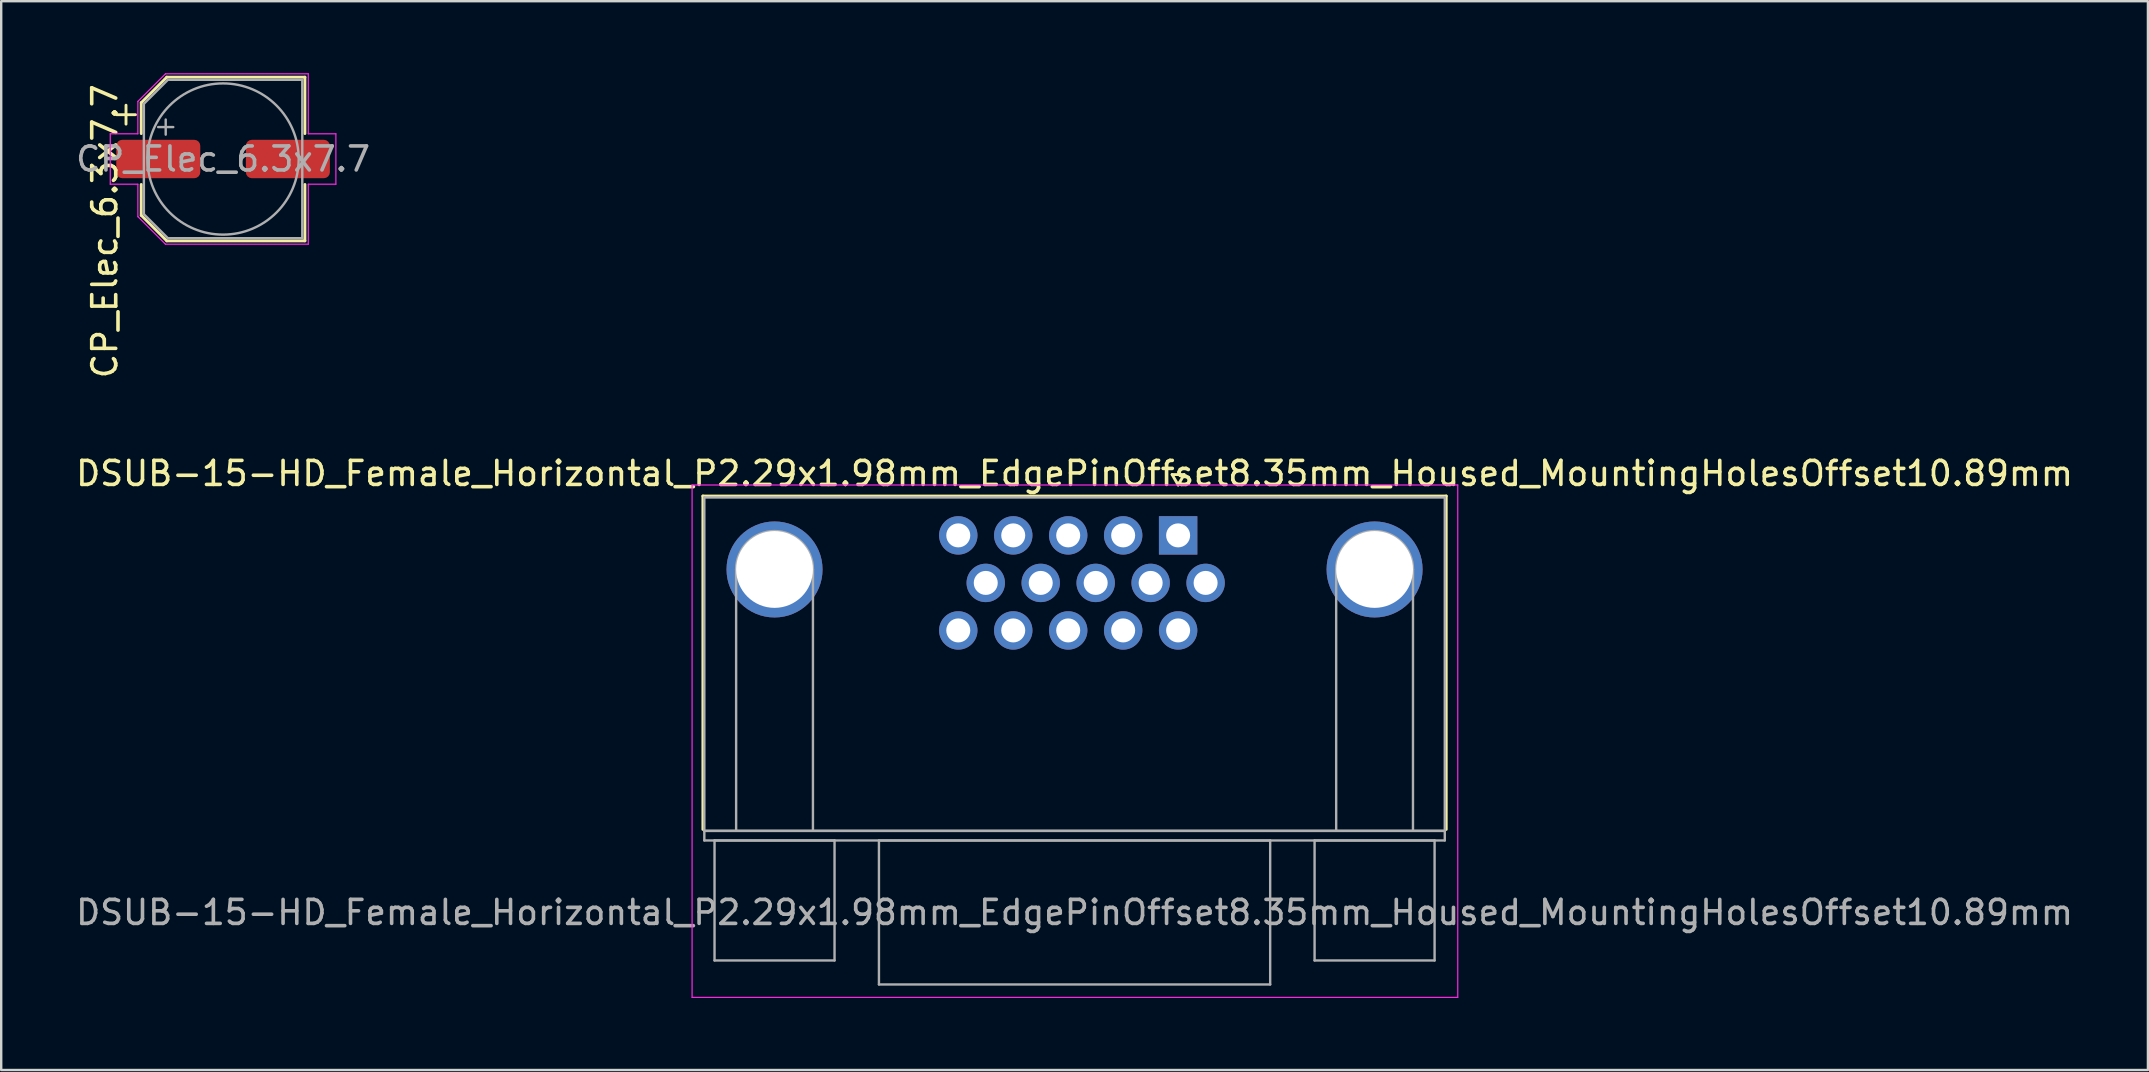
<source format=kicad_pcb>
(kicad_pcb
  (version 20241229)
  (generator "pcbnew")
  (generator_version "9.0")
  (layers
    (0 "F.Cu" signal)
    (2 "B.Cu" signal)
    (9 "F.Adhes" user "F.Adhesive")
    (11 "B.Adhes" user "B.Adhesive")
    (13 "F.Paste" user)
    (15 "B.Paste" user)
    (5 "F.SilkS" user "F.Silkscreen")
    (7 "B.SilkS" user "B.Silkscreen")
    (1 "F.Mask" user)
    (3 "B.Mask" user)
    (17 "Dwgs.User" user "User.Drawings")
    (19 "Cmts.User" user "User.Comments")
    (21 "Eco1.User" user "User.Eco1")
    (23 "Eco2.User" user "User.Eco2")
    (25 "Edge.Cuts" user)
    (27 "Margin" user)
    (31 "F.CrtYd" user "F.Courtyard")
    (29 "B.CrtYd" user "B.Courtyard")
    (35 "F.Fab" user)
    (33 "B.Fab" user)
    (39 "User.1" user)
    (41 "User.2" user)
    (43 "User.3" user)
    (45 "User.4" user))
  (footprint "CP_Elec_6.3x7.7"
    (layer "F.Cu")
    (at 6.244 3.575)
    (property "Reference" "CP_Elec_6.3x7.7" (at -4.928 3.008 90) (layer "F.SilkS") (effects (font (size 1 1) (thickness 0.15))))
    (attr smd)
    (fp_line (start -4.438 -1.847) (end -3.65 -1.847) (stroke (width 0.12) (type solid)) (layer "F.SilkS"))
    (fp_line (start -4.044 -2.241) (end -4.044 -1.454) (stroke (width 0.12) (type solid)) (layer "F.SilkS"))
    (fp_line (start -3.41 -2.346) (end -3.41 -1.06) (stroke (width 0.12) (type solid)) (layer "F.SilkS"))
    (fp_line (start -3.41 -2.346) (end -2.346 -3.41) (stroke (width 0.12) (type solid)) (layer "F.SilkS"))
    (fp_line (start -3.41 2.346) (end -3.41 1.06) (stroke (width 0.12) (type solid)) (layer "F.SilkS"))
    (fp_line (start -3.41 2.346) (end -2.346 3.41) (stroke (width 0.12) (type solid)) (layer "F.SilkS"))
    (fp_line (start -2.346 -3.41) (end 3.41 -3.41) (stroke (width 0.12) (type solid)) (layer "F.SilkS"))
    (fp_line (start -2.346 3.41) (end 3.41 3.41) (stroke (width 0.12) (type solid)) (layer "F.SilkS"))
    (fp_line (start 3.41 -3.41) (end 3.41 -1.06) (stroke (width 0.12) (type solid)) (layer "F.SilkS"))
    (fp_line (start 3.41 3.41) (end 3.41 1.06) (stroke (width 0.12) (type solid)) (layer "F.SilkS"))
    (fp_line (start -4.7 -1.05) (end -4.7 1.05) (stroke (width 0.05) (type solid)) (layer "F.CrtYd"))
    (fp_line (start -4.7 1.05) (end -3.55 1.05) (stroke (width 0.05) (type solid)) (layer "F.CrtYd"))
    (fp_line (start -3.55 -2.4) (end -3.55 -1.05) (stroke (width 0.05) (type solid)) (layer "F.CrtYd"))
    (fp_line (start -3.55 -2.4) (end -2.4 -3.55) (stroke (width 0.05) (type solid)) (layer "F.CrtYd"))
    (fp_line (start -3.55 -1.05) (end -4.7 -1.05) (stroke (width 0.05) (type solid)) (layer "F.CrtYd"))
    (fp_line (start -3.55 1.05) (end -3.55 2.4) (stroke (width 0.05) (type solid)) (layer "F.CrtYd"))
    (fp_line (start -3.55 2.4) (end -2.4 3.55) (stroke (width 0.05) (type solid)) (layer "F.CrtYd"))
    (fp_line (start -2.4 -3.55) (end 3.55 -3.55) (stroke (width 0.05) (type solid)) (layer "F.CrtYd"))
    (fp_line (start -2.4 3.55) (end 3.55 3.55) (stroke (width 0.05) (type solid)) (layer "F.CrtYd"))
    (fp_line (start 3.55 -3.55) (end 3.55 -1.05) (stroke (width 0.05) (type solid)) (layer "F.CrtYd"))
    (fp_line (start 3.55 -1.05) (end 4.7 -1.05) (stroke (width 0.05) (type solid)) (layer "F.CrtYd"))
    (fp_line (start 3.55 1.05) (end 3.55 3.55) (stroke (width 0.05) (type solid)) (layer "F.CrtYd"))
    (fp_line (start 4.7 -1.05) (end 4.7 1.05) (stroke (width 0.05) (type solid)) (layer "F.CrtYd"))
    (fp_line (start 4.7 1.05) (end 3.55 1.05) (stroke (width 0.05) (type solid)) (layer "F.CrtYd"))
    (fp_line (start -3.3 -2.3) (end -3.3 2.3) (stroke (width 0.1) (type solid)) (layer "F.Fab"))
    (fp_line (start -3.3 -2.3) (end -2.3 -3.3) (stroke (width 0.1) (type solid)) (layer "F.Fab"))
    (fp_line (start -3.3 2.3) (end -2.3 3.3) (stroke (width 0.1) (type solid)) (layer "F.Fab"))
    (fp_line (start -2.705 -1.33) (end -2.075 -1.33) (stroke (width 0.1) (type solid)) (layer "F.Fab"))
    (fp_line (start -2.39 -1.645) (end -2.39 -1.015) (stroke (width 0.1) (type solid)) (layer "F.Fab"))
    (fp_line (start -2.3 -3.3) (end 3.3 -3.3) (stroke (width 0.1) (type solid)) (layer "F.Fab"))
    (fp_line (start -2.3 3.3) (end 3.3 3.3) (stroke (width 0.1) (type solid)) (layer "F.Fab"))
    (fp_line (start 3.3 -3.3) (end 3.3 3.3) (stroke (width 0.1) (type solid)) (layer "F.Fab"))
    (fp_circle (center 0 0) (end 3.15 0) (stroke (width 0.1) (type solid)) (fill no) (layer "F.Fab"))
    (fp_text user "${REFERENCE}" (at 0 0 0) (layer "F.Fab") (effects (font (size 1 1) (thickness 0.15))))
    (pad "1" smd roundrect (at -2.7 0) (size 3.5 1.6) (layers "F.Cu" "F.Mask" "F.Paste") (roundrect_rratio 0.156))
    (pad "2" smd roundrect (at 2.7 0) (size 3.5 1.6) (layers "F.Cu" "F.Mask" "F.Paste") (roundrect_rratio 0.156)))
  (footprint "DSUB-15-HD_Female_Horizontal_P2.29x1.98mm_EdgePinOffset8.35mm_Housed_MountingHolesOffset10.89mm"
    (layer "F.Cu")
    (at 46.035 19.256)
    (property "Reference" "DSUB-15-HD_Female_Horizontal_P2.29x1.98mm_EdgePinOffset8.35mm_Housed_MountingHolesOffset10.89mm" (at -4.315 -2.58 0) (layer "F.SilkS") (effects (font (size 1 1) (thickness 0.15))))
    (attr through_hole)
    (fp_line (start -19.8 -1.64) (end 11.17 -1.64) (stroke (width 0.12) (type solid)) (layer "F.SilkS"))
    (fp_line (start -19.8 12.25) (end -19.8 -1.64) (stroke (width 0.12) (type solid)) (layer "F.SilkS"))
    (fp_line (start -0.25 -2.534) (end 0.25 -2.534) (stroke (width 0.12) (type solid)) (layer "F.SilkS"))
    (fp_line (start 0 -2.101) (end -0.25 -2.534) (stroke (width 0.12) (type solid)) (layer "F.SilkS"))
    (fp_line (start 0.25 -2.534) (end 0 -2.101) (stroke (width 0.12) (type solid)) (layer "F.SilkS"))
    (fp_line (start 11.17 -1.64) (end 11.17 12.25) (stroke (width 0.12) (type solid)) (layer "F.SilkS"))
    (fp_line (start -20.25 -2.1) (end -20.25 19.25) (stroke (width 0.05) (type solid)) (layer "F.CrtYd"))
    (fp_line (start -20.25 19.25) (end 11.65 19.25) (stroke (width 0.05) (type solid)) (layer "F.CrtYd"))
    (fp_line (start 11.65 -2.1) (end -20.25 -2.1) (stroke (width 0.05) (type solid)) (layer "F.CrtYd"))
    (fp_line (start 11.65 19.25) (end 11.65 -2.1) (stroke (width 0.05) (type solid)) (layer "F.CrtYd"))
    (fp_line (start -19.74 -1.58) (end -19.74 12.31) (stroke (width 0.1) (type solid)) (layer "F.Fab"))
    (fp_line (start -19.74 12.31) (end -19.74 12.71) (stroke (width 0.1) (type solid)) (layer "F.Fab"))
    (fp_line (start -19.74 12.31) (end 11.11 12.31) (stroke (width 0.1) (type solid)) (layer "F.Fab"))
    (fp_line (start -19.74 12.71) (end 11.11 12.71) (stroke (width 0.1) (type solid)) (layer "F.Fab"))
    (fp_line (start -19.315 12.71) (end -19.315 17.71) (stroke (width 0.1) (type solid)) (layer "F.Fab"))
    (fp_line (start -19.315 17.71) (end -14.315 17.71) (stroke (width 0.1) (type solid)) (layer "F.Fab"))
    (fp_line (start -18.415 12.31) (end -18.415 1.42) (stroke (width 0.1) (type solid)) (layer "F.Fab"))
    (fp_line (start -15.215 12.31) (end -15.215 1.42) (stroke (width 0.1) (type solid)) (layer "F.Fab"))
    (fp_line (start -14.315 12.71) (end -19.315 12.71) (stroke (width 0.1) (type solid)) (layer "F.Fab"))
    (fp_line (start -14.315 17.71) (end -14.315 12.71) (stroke (width 0.1) (type solid)) (layer "F.Fab"))
    (fp_line (start -12.465 12.71) (end -12.465 18.71) (stroke (width 0.1) (type solid)) (layer "F.Fab"))
    (fp_line (start -12.465 18.71) (end 3.835 18.71) (stroke (width 0.1) (type solid)) (layer "F.Fab"))
    (fp_line (start 3.835 12.71) (end -12.465 12.71) (stroke (width 0.1) (type solid)) (layer "F.Fab"))
    (fp_line (start 3.835 18.71) (end 3.835 12.71) (stroke (width 0.1) (type solid)) (layer "F.Fab"))
    (fp_line (start 5.685 12.71) (end 5.685 17.71) (stroke (width 0.1) (type solid)) (layer "F.Fab"))
    (fp_line (start 5.685 17.71) (end 10.685 17.71) (stroke (width 0.1) (type solid)) (layer "F.Fab"))
    (fp_line (start 6.585 12.31) (end 6.585 1.42) (stroke (width 0.1) (type solid)) (layer "F.Fab"))
    (fp_line (start 9.785 12.31) (end 9.785 1.42) (stroke (width 0.1) (type solid)) (layer "F.Fab"))
    (fp_line (start 10.685 12.71) (end 5.685 12.71) (stroke (width 0.1) (type solid)) (layer "F.Fab"))
    (fp_line (start 10.685 17.71) (end 10.685 12.71) (stroke (width 0.1) (type solid)) (layer "F.Fab"))
    (fp_line (start 11.11 -1.58) (end -19.74 -1.58) (stroke (width 0.1) (type solid)) (layer "F.Fab"))
    (fp_line (start 11.11 12.31) (end -19.74 12.31) (stroke (width 0.1) (type solid)) (layer "F.Fab"))
    (fp_line (start 11.11 12.31) (end 11.11 -1.58) (stroke (width 0.1) (type solid)) (layer "F.Fab"))
    (fp_line (start 11.11 12.71) (end 11.11 12.31) (stroke (width 0.1) (type solid)) (layer "F.Fab"))
    (fp_arc (start -18.415 1.42) (mid -16.815 -0.18) (end -15.215 1.42) (stroke (width 0.1) (type solid)) (layer "F.Fab"))
    (fp_arc (start 6.585 1.42) (mid 8.185 -0.18) (end 9.785 1.42) (stroke (width 0.1) (type solid)) (layer "F.Fab"))
    (fp_text user "${REFERENCE}" (at -4.315 15.71 0) (layer "F.Fab") (effects (font (size 1 1) (thickness 0.15))))
    (pad "0" thru_hole circle (at -16.815 1.42) (size 4 4) (drill 3.2) (layers "*.Cu" "*.Mask"))
    (pad "0" thru_hole circle (at 8.185 1.42) (size 4 4) (drill 3.2) (layers "*.Cu" "*.Mask"))
    (pad "1" thru_hole rect (at 0 0) (size 1.6 1.6) (drill 1) (layers "*.Cu" "*.Mask"))
    (pad "2" thru_hole circle (at -2.29 0) (size 1.6 1.6) (drill 1) (layers "*.Cu" "*.Mask"))
    (pad "3" thru_hole circle (at -4.58 0) (size 1.6 1.6) (drill 1) (layers "*.Cu" "*.Mask"))
    (pad "4" thru_hole circle (at -6.87 0) (size 1.6 1.6) (drill 1) (layers "*.Cu" "*.Mask"))
    (pad "5" thru_hole circle (at -9.16 0) (size 1.6 1.6) (drill 1) (layers "*.Cu" "*.Mask"))
    (pad "6" thru_hole circle (at 1.145 1.98) (size 1.6 1.6) (drill 1) (layers "*.Cu" "*.Mask"))
    (pad "7" thru_hole circle (at -1.145 1.98) (size 1.6 1.6) (drill 1) (layers "*.Cu" "*.Mask"))
    (pad "8" thru_hole circle (at -3.435 1.98) (size 1.6 1.6) (drill 1) (layers "*.Cu" "*.Mask"))
    (pad "9" thru_hole circle (at -5.725 1.98) (size 1.6 1.6) (drill 1) (layers "*.Cu" "*.Mask"))
    (pad "10" thru_hole circle (at -8.015 1.98) (size 1.6 1.6) (drill 1) (layers "*.Cu" "*.Mask"))
    (pad "11" thru_hole circle (at 0 3.96) (size 1.6 1.6) (drill 1) (layers "*.Cu" "*.Mask"))
    (pad "12" thru_hole circle (at -2.29 3.96) (size 1.6 1.6) (drill 1) (layers "*.Cu" "*.Mask"))
    (pad "13" thru_hole circle (at -4.58 3.96) (size 1.6 1.6) (drill 1) (layers "*.Cu" "*.Mask"))
    (pad "14" thru_hole circle (at -6.87 3.96) (size 1.6 1.6) (drill 1) (layers "*.Cu" "*.Mask"))
    (pad "15" thru_hole circle (at -9.16 3.96) (size 1.6 1.6) (drill 1) (layers "*.Cu" "*.Mask")))
  (gr_rect
    (start -3 -3)
    (end 86.44 41.531)
    (stroke (width 0.1) (type default))
    (fill no)
    (layer "Edge.Cuts")))
</source>
